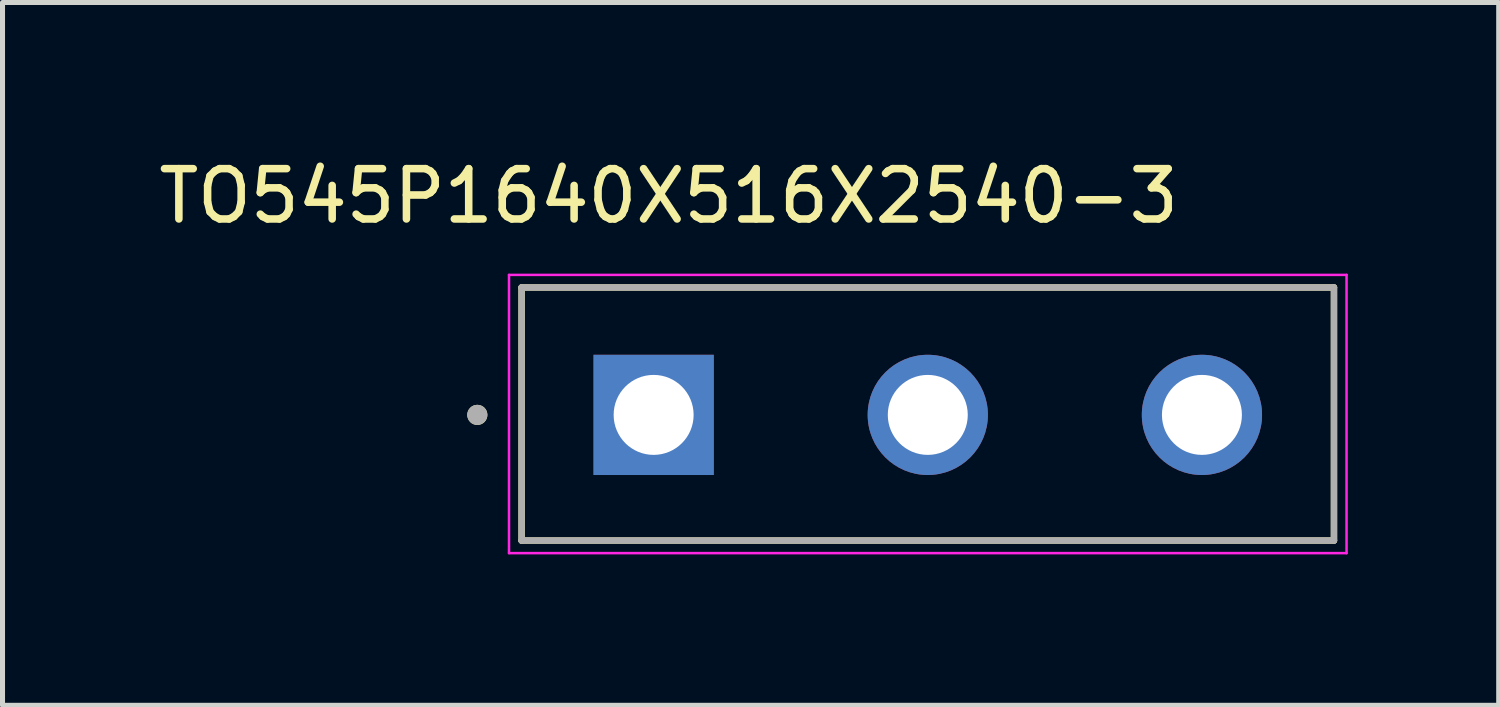
<source format=kicad_pcb>
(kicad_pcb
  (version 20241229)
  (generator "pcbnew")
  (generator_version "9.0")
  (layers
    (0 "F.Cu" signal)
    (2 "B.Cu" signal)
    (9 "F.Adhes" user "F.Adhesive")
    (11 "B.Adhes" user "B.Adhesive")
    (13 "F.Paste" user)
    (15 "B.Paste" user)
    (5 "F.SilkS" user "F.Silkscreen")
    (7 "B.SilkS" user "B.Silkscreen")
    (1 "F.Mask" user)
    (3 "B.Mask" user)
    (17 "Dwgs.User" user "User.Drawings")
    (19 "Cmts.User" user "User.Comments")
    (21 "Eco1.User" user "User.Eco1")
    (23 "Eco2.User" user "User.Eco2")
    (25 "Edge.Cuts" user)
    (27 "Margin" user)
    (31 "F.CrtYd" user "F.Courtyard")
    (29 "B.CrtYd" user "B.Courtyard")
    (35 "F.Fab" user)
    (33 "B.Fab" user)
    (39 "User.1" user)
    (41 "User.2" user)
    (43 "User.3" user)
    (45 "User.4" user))
  (footprint "TO545P1640X516X2540-3"
    (layer "F.Cu")
    (at 9.944 5.198)
    (property "Reference" "TO545P1640X516X2540-3" (at 0.3 -4.35 0) (layer "F.SilkS") (effects (font (size 1 1) (thickness 0.15))))
    (attr through_hole)
    (fp_line (start -2.625 -2.533) (end 13.525 -2.533) (stroke (width 0.127) (type solid)) (layer "F.SilkS"))
    (fp_line (start -2.625 2.498) (end -2.625 -2.533) (stroke (width 0.127) (type solid)) (layer "F.SilkS"))
    (fp_line (start 13.525 -2.533) (end 13.525 2.498) (stroke (width 0.127) (type solid)) (layer "F.SilkS"))
    (fp_line (start 13.525 2.498) (end -2.625 2.498) (stroke (width 0.127) (type solid)) (layer "F.SilkS"))
    (fp_circle (center -3.505 0) (end -3.405 0) (stroke (width 0.2) (type solid)) (fill no) (layer "F.SilkS"))
    (fp_line (start -2.875 -2.783) (end -2.875 2.748) (stroke (width 0.05) (type solid)) (layer "F.CrtYd"))
    (fp_line (start -2.875 2.748) (end 13.775 2.748) (stroke (width 0.05) (type solid)) (layer "F.CrtYd"))
    (fp_line (start 13.775 -2.783) (end -2.875 -2.783) (stroke (width 0.05) (type solid)) (layer "F.CrtYd"))
    (fp_line (start 13.775 2.748) (end 13.775 -2.783) (stroke (width 0.05) (type solid)) (layer "F.CrtYd"))
    (fp_line (start -2.625 -2.533) (end 13.525 -2.533) (stroke (width 0.127) (type solid)) (layer "F.Fab"))
    (fp_line (start -2.625 2.498) (end -2.625 -2.533) (stroke (width 0.127) (type solid)) (layer "F.Fab"))
    (fp_line (start 13.525 -2.533) (end 13.525 2.498) (stroke (width 0.127) (type solid)) (layer "F.Fab"))
    (fp_line (start 13.525 2.498) (end -2.625 2.498) (stroke (width 0.127) (type solid)) (layer "F.Fab"))
    (fp_circle (center -3.505 0) (end -3.405 0) (stroke (width 0.2) (type solid)) (fill no) (layer "F.Fab"))
    (pad "1" thru_hole rect (at 0 0) (size 2.39 2.39) (drill 1.59) (layers "*.Cu" "*.Mask"))
    (pad "2" thru_hole circle (at 5.45 0) (size 2.39 2.39) (drill 1.59) (layers "*.Cu" "*.Mask"))
    (pad "3" thru_hole circle (at 10.9 0) (size 2.39 2.39) (drill 1.59) (layers "*.Cu" "*.Mask")))
  (gr_rect
    (start -3 -3)
    (end 26.744 10.971)
    (stroke (width 0.1) (type default))
    (fill no)
    (layer "Edge.Cuts")))
</source>
